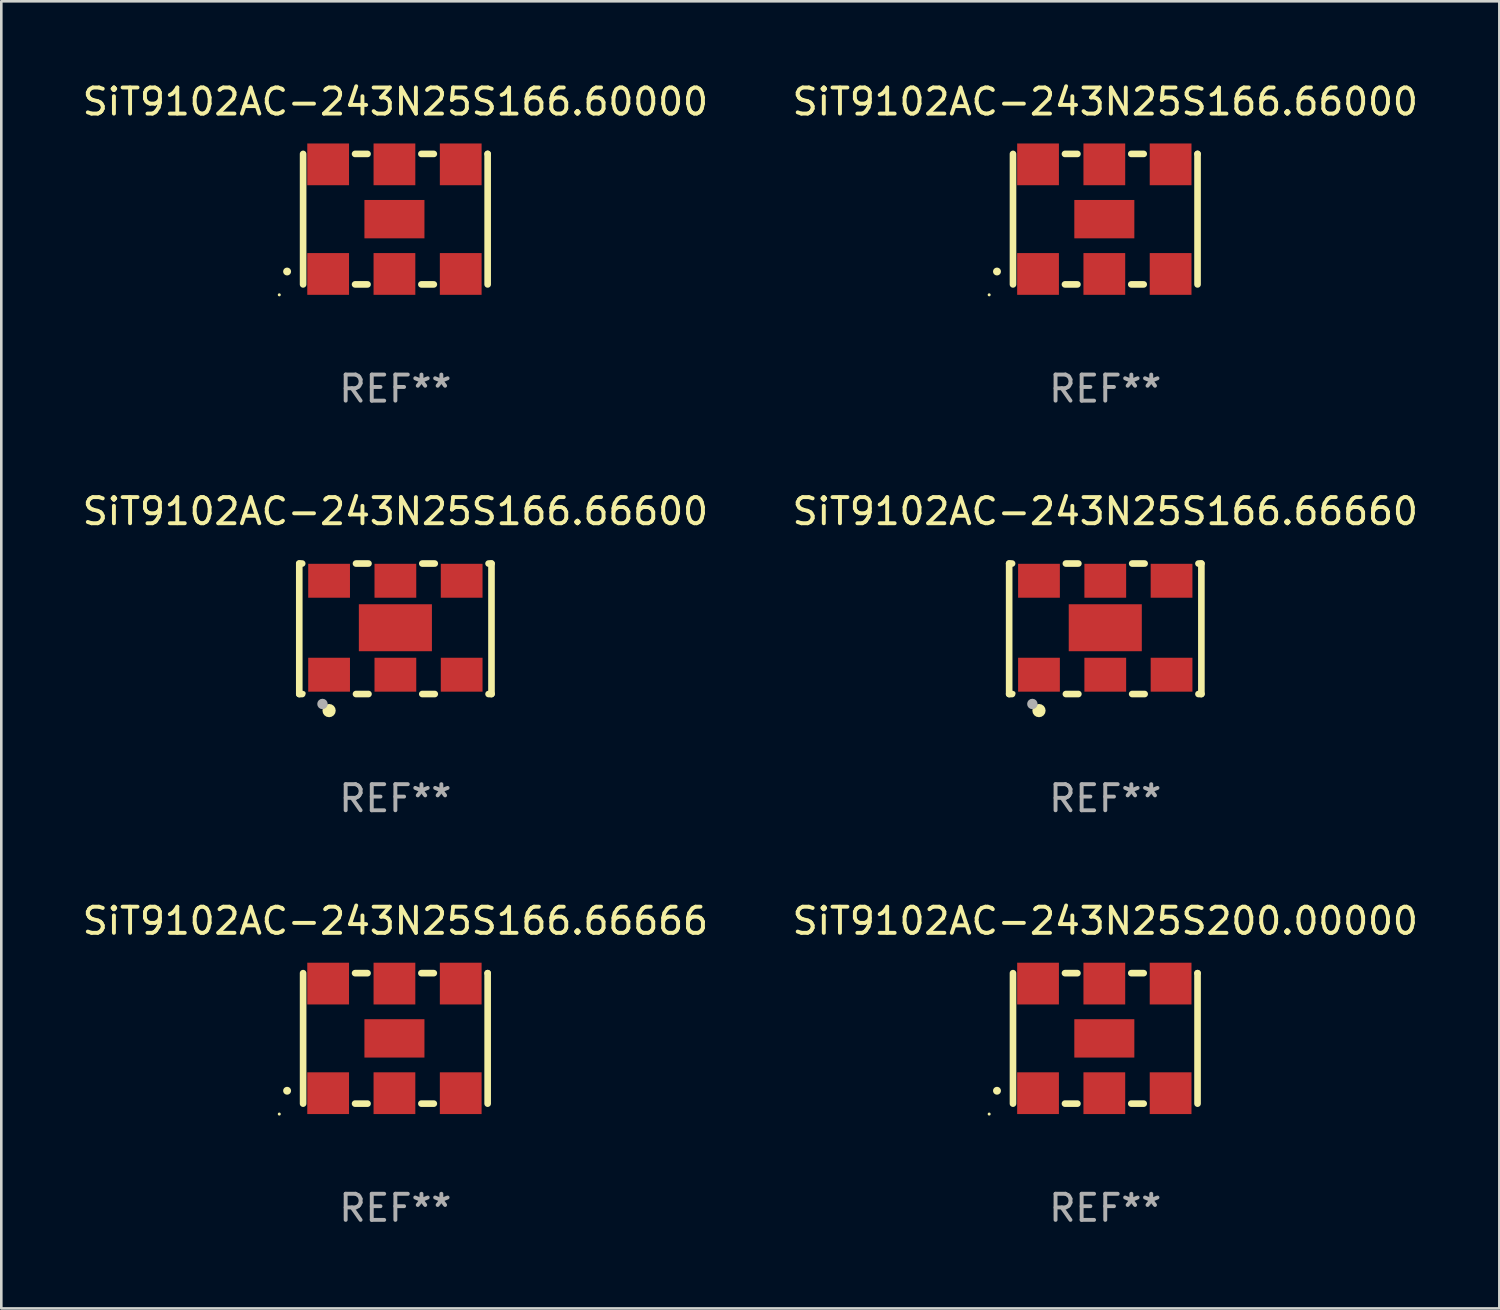
<source format=kicad_pcb>
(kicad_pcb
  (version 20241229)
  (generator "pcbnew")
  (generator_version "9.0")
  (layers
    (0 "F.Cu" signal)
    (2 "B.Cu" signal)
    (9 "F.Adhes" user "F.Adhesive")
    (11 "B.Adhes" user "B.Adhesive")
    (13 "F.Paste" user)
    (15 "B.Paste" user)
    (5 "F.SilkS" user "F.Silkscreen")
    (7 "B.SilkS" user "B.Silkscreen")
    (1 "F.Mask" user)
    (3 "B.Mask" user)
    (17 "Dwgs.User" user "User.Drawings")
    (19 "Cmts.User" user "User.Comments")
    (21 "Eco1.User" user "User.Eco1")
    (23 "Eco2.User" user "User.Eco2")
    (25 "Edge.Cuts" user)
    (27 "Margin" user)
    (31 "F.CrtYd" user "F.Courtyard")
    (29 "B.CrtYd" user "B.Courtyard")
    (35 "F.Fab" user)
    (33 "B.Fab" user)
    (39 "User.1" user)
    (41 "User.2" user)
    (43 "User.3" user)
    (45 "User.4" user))
  (footprint "SiT9102AC-243N25S166.60000"
    (layer "F.Cu")
    (at 12.101 5.348)
    (property "Reference" "SiT9102AC-243N25S166.60000" (at 0 -4.5 0) (layer "F.SilkS") (effects (font (size 1 1) (thickness 0.15))))
    (attr through_hole)
    (fp_line (start -3.536 -2.5) (end -3.536 2.5) (stroke (width 0.254) (type solid)) (layer "F.SilkS"))
    (fp_line (start -1.544 2.5) (end -1.067 2.5) (stroke (width 0.254) (type solid)) (layer "F.SilkS"))
    (fp_line (start -1.067 -2.5) (end -1.544 -2.5) (stroke (width 0.254) (type solid)) (layer "F.SilkS"))
    (fp_line (start 0.996 2.5) (end 1.473 2.5) (stroke (width 0.254) (type solid)) (layer "F.SilkS"))
    (fp_line (start 1.473 -2.5) (end 0.996 -2.5) (stroke (width 0.254) (type solid)) (layer "F.SilkS"))
    (fp_line (start 3.536 -2.5) (end 3.536 -2.5) (stroke (width 0.254) (type solid)) (layer "F.SilkS"))
    (fp_line (start 3.536 2.5) (end 3.536 -2.5) (stroke (width 0.254) (type solid)) (layer "F.SilkS"))
    (fp_arc (start -4.150432 2.006604) (mid -4.149162 2.006599) (end -4.147892 2.006604) (stroke (width 0.3) (type solid)) (layer "F.SilkS"))
    (fp_circle (center -4.449 2.9) (end -4.419 2.9) (stroke (width 0.06) (type solid)) (fill no) (layer "F.SilkS"))
    (fp_text user "REF**" (at 0 6.5 0) (layer "F.Fab") (effects (font (size 1 1) (thickness 0.15))))
    (pad "1" smd rect (at -2.576 2.1) (size 1.6 1.6) (layers "F.Cu" "F.Mask" "F.Paste"))
    (pad "2" smd rect (at -0.036 2.1) (size 1.6 1.6) (layers "F.Cu" "F.Mask" "F.Paste"))
    (pad "3" smd rect (at 2.504 2.1) (size 1.6 1.6) (layers "F.Cu" "F.Mask" "F.Paste"))
    (pad "4" smd rect (at 2.504 -2.1) (size 1.6 1.6) (layers "F.Cu" "F.Mask" "F.Paste"))
    (pad "5" smd rect (at -0.036 -2.1) (size 1.6 1.6) (layers "F.Cu" "F.Mask" "F.Paste"))
    (pad "6" smd rect (at -2.576 -2.1) (size 1.6 1.6) (layers "F.Cu" "F.Mask" "F.Paste"))
    (pad "7" smd rect (at -0.036 0) (size 2.3 1.47) (layers "F.Cu" "F.Mask" "F.Paste")))
  (footprint "SiT9102AC-243N25S166.66600"
    (layer "F.Cu")
    (at 12.101 21.045)
    (property "Reference" "SiT9102AC-243N25S166.66600" (at 0 -4.5 0) (layer "F.SilkS") (effects (font (size 1 1) (thickness 0.15))))
    (attr through_hole)
    (fp_line (start -3.683 -2.5) (end -3.571 -2.5) (stroke (width 0.254) (type solid)) (layer "F.SilkS"))
    (fp_line (start -3.683 2.5) (end -3.683 -2.5) (stroke (width 0.254) (type solid)) (layer "F.SilkS"))
    (fp_line (start -3.683 2.5) (end -3.571 2.5) (stroke (width 0.254) (type solid)) (layer "F.SilkS"))
    (fp_line (start -1.509 -2.5) (end -1.031 -2.5) (stroke (width 0.254) (type solid)) (layer "F.SilkS"))
    (fp_line (start -1.509 2.5) (end -1.031 2.5) (stroke (width 0.254) (type solid)) (layer "F.SilkS"))
    (fp_line (start 1.031 -2.5) (end 1.509 -2.5) (stroke (width 0.254) (type solid)) (layer "F.SilkS"))
    (fp_line (start 1.031 2.5) (end 1.509 2.5) (stroke (width 0.254) (type solid)) (layer "F.SilkS"))
    (fp_line (start 3.571 -2.5) (end 3.683 -2.5) (stroke (width 0.254) (type solid)) (layer "F.SilkS"))
    (fp_line (start 3.571 2.5) (end 3.683 2.5) (stroke (width 0.254) (type solid)) (layer "F.SilkS"))
    (fp_line (start 3.683 2.5) (end 3.683 -2.5) (stroke (width 0.254) (type solid)) (layer "F.SilkS"))
    (fp_circle (center -3.5 2.46) (end -3.47 2.46) (stroke (width 0.06) (type solid)) (fill no) (layer "F.SilkS"))
    (fp_circle (center -2.54 3.135) (end -2.413 3.135) (stroke (width 0.254) (type solid)) (fill no) (layer "F.SilkS"))
    (fp_circle (center -2.794 2.881) (end -2.694 2.881) (stroke (width 0.2) (type solid)) (fill no) (layer "F.Fab"))
    (fp_text user "REF**" (at 0 6.5 0) (layer "F.Fab") (effects (font (size 1 1) (thickness 0.15))))
    (pad "1" smd rect (at -2.54 1.76) (size 1.6 1.3) (layers "F.Cu" "F.Mask" "F.Paste"))
    (pad "2" smd rect (at 0 1.76) (size 1.6 1.3) (layers "F.Cu" "F.Mask" "F.Paste"))
    (pad "3" smd rect (at 2.54 1.76) (size 1.6 1.3) (layers "F.Cu" "F.Mask" "F.Paste"))
    (pad "4" smd rect (at 2.54 -1.84) (size 1.6 1.3) (layers "F.Cu" "F.Mask" "F.Paste"))
    (pad "5" smd rect (at 0 -1.84) (size 1.6 1.3) (layers "F.Cu" "F.Mask" "F.Paste"))
    (pad "6" smd rect (at -2.54 -1.84) (size 1.6 1.3) (layers "F.Cu" "F.Mask" "F.Paste"))
    (pad "7" smd rect (at 0 -0.04) (size 2.8 1.8) (layers "F.Cu" "F.Mask" "F.Paste")))
  (footprint "SiT9102AC-243N25S166.66660"
    (layer "F.Cu")
    (at 39.304 21.045)
    (property "Reference" "SiT9102AC-243N25S166.66660" (at 0 -4.5 0) (layer "F.SilkS") (effects (font (size 1 1) (thickness 0.15))))
    (attr through_hole)
    (fp_line (start -3.683 -2.5) (end -3.571 -2.5) (stroke (width 0.254) (type solid)) (layer "F.SilkS"))
    (fp_line (start -3.683 2.5) (end -3.683 -2.5) (stroke (width 0.254) (type solid)) (layer "F.SilkS"))
    (fp_line (start -3.683 2.5) (end -3.571 2.5) (stroke (width 0.254) (type solid)) (layer "F.SilkS"))
    (fp_line (start -1.509 -2.5) (end -1.031 -2.5) (stroke (width 0.254) (type solid)) (layer "F.SilkS"))
    (fp_line (start -1.509 2.5) (end -1.031 2.5) (stroke (width 0.254) (type solid)) (layer "F.SilkS"))
    (fp_line (start 1.031 -2.5) (end 1.509 -2.5) (stroke (width 0.254) (type solid)) (layer "F.SilkS"))
    (fp_line (start 1.031 2.5) (end 1.509 2.5) (stroke (width 0.254) (type solid)) (layer "F.SilkS"))
    (fp_line (start 3.571 -2.5) (end 3.683 -2.5) (stroke (width 0.254) (type solid)) (layer "F.SilkS"))
    (fp_line (start 3.571 2.5) (end 3.683 2.5) (stroke (width 0.254) (type solid)) (layer "F.SilkS"))
    (fp_line (start 3.683 2.5) (end 3.683 -2.5) (stroke (width 0.254) (type solid)) (layer "F.SilkS"))
    (fp_circle (center -3.5 2.46) (end -3.47 2.46) (stroke (width 0.06) (type solid)) (fill no) (layer "F.SilkS"))
    (fp_circle (center -2.54 3.135) (end -2.413 3.135) (stroke (width 0.254) (type solid)) (fill no) (layer "F.SilkS"))
    (fp_circle (center -2.794 2.881) (end -2.694 2.881) (stroke (width 0.2) (type solid)) (fill no) (layer "F.Fab"))
    (fp_text user "REF**" (at 0 6.5 0) (layer "F.Fab") (effects (font (size 1 1) (thickness 0.15))))
    (pad "1" smd rect (at -2.54 1.76) (size 1.6 1.3) (layers "F.Cu" "F.Mask" "F.Paste"))
    (pad "2" smd rect (at 0 1.76) (size 1.6 1.3) (layers "F.Cu" "F.Mask" "F.Paste"))
    (pad "3" smd rect (at 2.54 1.76) (size 1.6 1.3) (layers "F.Cu" "F.Mask" "F.Paste"))
    (pad "4" smd rect (at 2.54 -1.84) (size 1.6 1.3) (layers "F.Cu" "F.Mask" "F.Paste"))
    (pad "5" smd rect (at 0 -1.84) (size 1.6 1.3) (layers "F.Cu" "F.Mask" "F.Paste"))
    (pad "6" smd rect (at -2.54 -1.84) (size 1.6 1.3) (layers "F.Cu" "F.Mask" "F.Paste"))
    (pad "7" smd rect (at 0 -0.04) (size 2.8 1.8) (layers "F.Cu" "F.Mask" "F.Paste")))
  (footprint "SiT9102AC-243N25S200.00000"
    (layer "F.Cu")
    (at 39.304 36.741)
    (property "Reference" "SiT9102AC-243N25S200.00000" (at 0 -4.5 0) (layer "F.SilkS") (effects (font (size 1 1) (thickness 0.15))))
    (attr through_hole)
    (fp_line (start -3.536 -2.5) (end -3.536 2.5) (stroke (width 0.254) (type solid)) (layer "F.SilkS"))
    (fp_line (start -1.544 2.5) (end -1.067 2.5) (stroke (width 0.254) (type solid)) (layer "F.SilkS"))
    (fp_line (start -1.067 -2.5) (end -1.544 -2.5) (stroke (width 0.254) (type solid)) (layer "F.SilkS"))
    (fp_line (start 0.996 2.5) (end 1.473 2.5) (stroke (width 0.254) (type solid)) (layer "F.SilkS"))
    (fp_line (start 1.473 -2.5) (end 0.996 -2.5) (stroke (width 0.254) (type solid)) (layer "F.SilkS"))
    (fp_line (start 3.536 -2.5) (end 3.536 -2.5) (stroke (width 0.254) (type solid)) (layer "F.SilkS"))
    (fp_line (start 3.536 2.5) (end 3.536 -2.5) (stroke (width 0.254) (type solid)) (layer "F.SilkS"))
    (fp_arc (start -4.150432 2.006604) (mid -4.149162 2.006599) (end -4.147892 2.006604) (stroke (width 0.3) (type solid)) (layer "F.SilkS"))
    (fp_circle (center -4.449 2.9) (end -4.419 2.9) (stroke (width 0.06) (type solid)) (fill no) (layer "F.SilkS"))
    (fp_text user "REF**" (at 0 6.5 0) (layer "F.Fab") (effects (font (size 1 1) (thickness 0.15))))
    (pad "1" smd rect (at -2.576 2.1) (size 1.6 1.6) (layers "F.Cu" "F.Mask" "F.Paste"))
    (pad "2" smd rect (at -0.036 2.1) (size 1.6 1.6) (layers "F.Cu" "F.Mask" "F.Paste"))
    (pad "3" smd rect (at 2.504 2.1) (size 1.6 1.6) (layers "F.Cu" "F.Mask" "F.Paste"))
    (pad "4" smd rect (at 2.504 -2.1) (size 1.6 1.6) (layers "F.Cu" "F.Mask" "F.Paste"))
    (pad "5" smd rect (at -0.036 -2.1) (size 1.6 1.6) (layers "F.Cu" "F.Mask" "F.Paste"))
    (pad "6" smd rect (at -2.576 -2.1) (size 1.6 1.6) (layers "F.Cu" "F.Mask" "F.Paste"))
    (pad "7" smd rect (at -0.036 0) (size 2.3 1.47) (layers "F.Cu" "F.Mask" "F.Paste")))
  (footprint "SiT9102AC-243N25S166.66000"
    (layer "F.Cu")
    (at 39.304 5.348)
    (property "Reference" "SiT9102AC-243N25S166.66000" (at 0 -4.5 0) (layer "F.SilkS") (effects (font (size 1 1) (thickness 0.15))))
    (attr through_hole)
    (fp_line (start -3.536 -2.5) (end -3.536 2.5) (stroke (width 0.254) (type solid)) (layer "F.SilkS"))
    (fp_line (start -1.544 2.5) (end -1.067 2.5) (stroke (width 0.254) (type solid)) (layer "F.SilkS"))
    (fp_line (start -1.067 -2.5) (end -1.544 -2.5) (stroke (width 0.254) (type solid)) (layer "F.SilkS"))
    (fp_line (start 0.996 2.5) (end 1.473 2.5) (stroke (width 0.254) (type solid)) (layer "F.SilkS"))
    (fp_line (start 1.473 -2.5) (end 0.996 -2.5) (stroke (width 0.254) (type solid)) (layer "F.SilkS"))
    (fp_line (start 3.536 -2.5) (end 3.536 -2.5) (stroke (width 0.254) (type solid)) (layer "F.SilkS"))
    (fp_line (start 3.536 2.5) (end 3.536 -2.5) (stroke (width 0.254) (type solid)) (layer "F.SilkS"))
    (fp_arc (start -4.150432 2.006604) (mid -4.149162 2.006599) (end -4.147892 2.006604) (stroke (width 0.3) (type solid)) (layer "F.SilkS"))
    (fp_circle (center -4.449 2.9) (end -4.419 2.9) (stroke (width 0.06) (type solid)) (fill no) (layer "F.SilkS"))
    (fp_text user "REF**" (at 0 6.5 0) (layer "F.Fab") (effects (font (size 1 1) (thickness 0.15))))
    (pad "1" smd rect (at -2.576 2.1) (size 1.6 1.6) (layers "F.Cu" "F.Mask" "F.Paste"))
    (pad "2" smd rect (at -0.036 2.1) (size 1.6 1.6) (layers "F.Cu" "F.Mask" "F.Paste"))
    (pad "3" smd rect (at 2.504 2.1) (size 1.6 1.6) (layers "F.Cu" "F.Mask" "F.Paste"))
    (pad "4" smd rect (at 2.504 -2.1) (size 1.6 1.6) (layers "F.Cu" "F.Mask" "F.Paste"))
    (pad "5" smd rect (at -0.036 -2.1) (size 1.6 1.6) (layers "F.Cu" "F.Mask" "F.Paste"))
    (pad "6" smd rect (at -2.576 -2.1) (size 1.6 1.6) (layers "F.Cu" "F.Mask" "F.Paste"))
    (pad "7" smd rect (at -0.036 0) (size 2.3 1.47) (layers "F.Cu" "F.Mask" "F.Paste")))
  (footprint "SiT9102AC-243N25S166.66666"
    (layer "F.Cu")
    (at 12.101 36.741)
    (property "Reference" "SiT9102AC-243N25S166.66666" (at 0 -4.5 0) (layer "F.SilkS") (effects (font (size 1 1) (thickness 0.15))))
    (attr through_hole)
    (fp_line (start -3.536 -2.5) (end -3.536 2.5) (stroke (width 0.254) (type solid)) (layer "F.SilkS"))
    (fp_line (start -1.544 2.5) (end -1.067 2.5) (stroke (width 0.254) (type solid)) (layer "F.SilkS"))
    (fp_line (start -1.067 -2.5) (end -1.544 -2.5) (stroke (width 0.254) (type solid)) (layer "F.SilkS"))
    (fp_line (start 0.996 2.5) (end 1.473 2.5) (stroke (width 0.254) (type solid)) (layer "F.SilkS"))
    (fp_line (start 1.473 -2.5) (end 0.996 -2.5) (stroke (width 0.254) (type solid)) (layer "F.SilkS"))
    (fp_line (start 3.536 -2.5) (end 3.536 -2.5) (stroke (width 0.254) (type solid)) (layer "F.SilkS"))
    (fp_line (start 3.536 2.5) (end 3.536 -2.5) (stroke (width 0.254) (type solid)) (layer "F.SilkS"))
    (fp_arc (start -4.150432 2.006604) (mid -4.149162 2.006599) (end -4.147892 2.006604) (stroke (width 0.3) (type solid)) (layer "F.SilkS"))
    (fp_circle (center -4.449 2.9) (end -4.419 2.9) (stroke (width 0.06) (type solid)) (fill no) (layer "F.SilkS"))
    (fp_text user "REF**" (at 0 6.5 0) (layer "F.Fab") (effects (font (size 1 1) (thickness 0.15))))
    (pad "1" smd rect (at -2.576 2.1) (size 1.6 1.6) (layers "F.Cu" "F.Mask" "F.Paste"))
    (pad "2" smd rect (at -0.036 2.1) (size 1.6 1.6) (layers "F.Cu" "F.Mask" "F.Paste"))
    (pad "3" smd rect (at 2.504 2.1) (size 1.6 1.6) (layers "F.Cu" "F.Mask" "F.Paste"))
    (pad "4" smd rect (at 2.504 -2.1) (size 1.6 1.6) (layers "F.Cu" "F.Mask" "F.Paste"))
    (pad "5" smd rect (at -0.036 -2.1) (size 1.6 1.6) (layers "F.Cu" "F.Mask" "F.Paste"))
    (pad "6" smd rect (at -2.576 -2.1) (size 1.6 1.6) (layers "F.Cu" "F.Mask" "F.Paste"))
    (pad "7" smd rect (at -0.036 0) (size 2.3 1.47) (layers "F.Cu" "F.Mask" "F.Paste")))
  (gr_rect
    (start -3 -3)
    (end 54.405 47.09)
    (stroke (width 0.1) (type default))
    (fill no)
    (layer "Edge.Cuts")))
</source>
